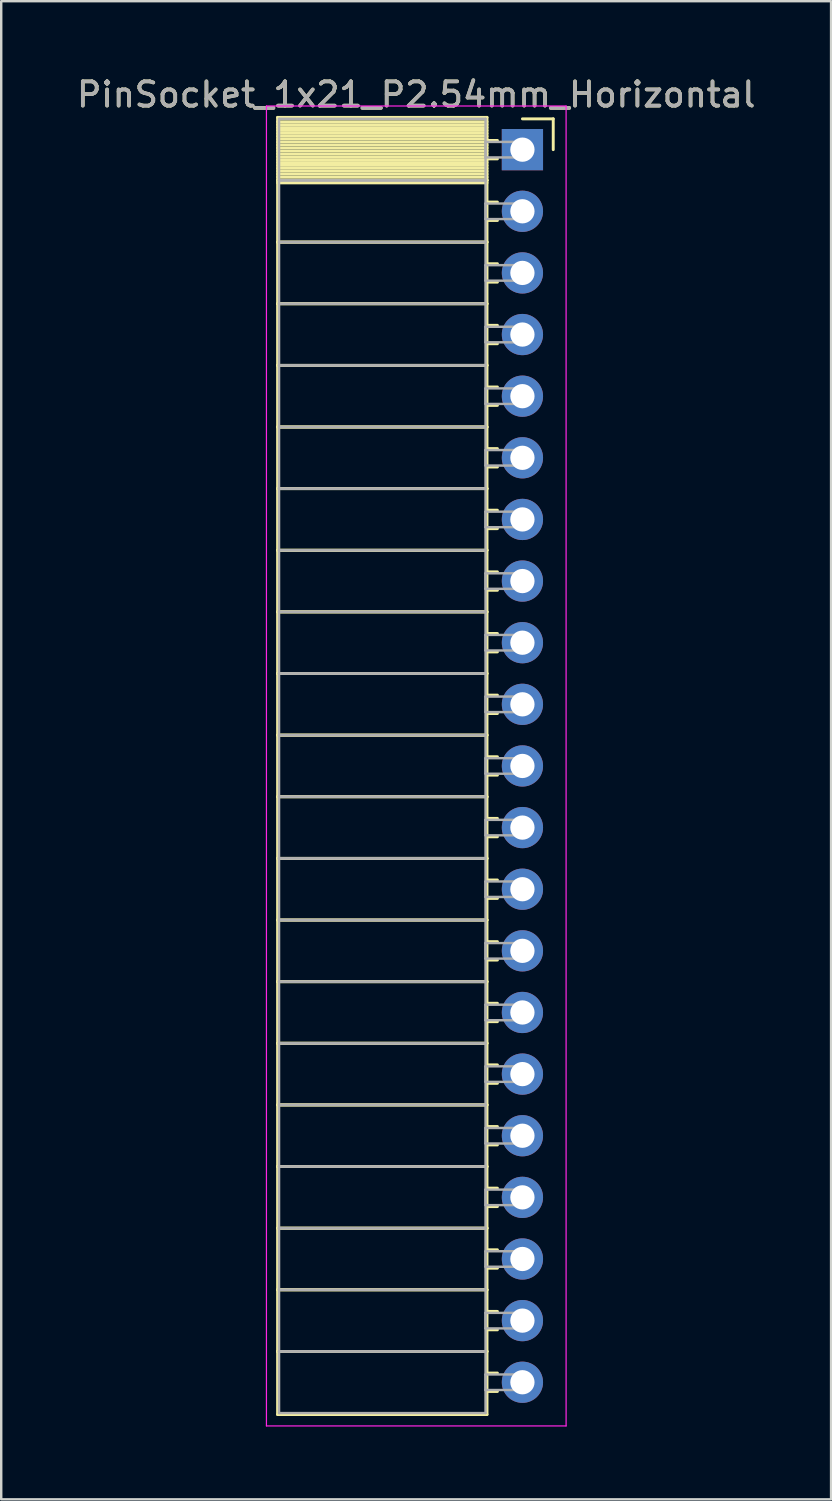
<source format=kicad_pcb>
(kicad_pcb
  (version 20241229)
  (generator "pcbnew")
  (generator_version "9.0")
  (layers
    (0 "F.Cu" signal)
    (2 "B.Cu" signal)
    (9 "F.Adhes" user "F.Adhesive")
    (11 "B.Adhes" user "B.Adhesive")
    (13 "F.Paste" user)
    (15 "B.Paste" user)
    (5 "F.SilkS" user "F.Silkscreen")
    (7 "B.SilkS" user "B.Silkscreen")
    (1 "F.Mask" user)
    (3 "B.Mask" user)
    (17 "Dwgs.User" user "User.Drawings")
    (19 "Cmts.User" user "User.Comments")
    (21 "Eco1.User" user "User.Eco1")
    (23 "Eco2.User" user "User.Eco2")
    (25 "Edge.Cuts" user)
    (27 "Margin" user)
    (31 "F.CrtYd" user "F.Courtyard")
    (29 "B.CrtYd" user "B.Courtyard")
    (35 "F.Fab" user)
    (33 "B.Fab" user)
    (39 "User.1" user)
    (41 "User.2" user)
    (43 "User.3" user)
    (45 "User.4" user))
  (footprint "PinSocket_1x21_P2.54mm_Horizontal"
    (layer "F.Cu")
    (at 18.481 3.118)
    (property "Reference" "PinSocket_1x21_P2.54mm_Horizontal" (at -4.38 -2.27 0) (layer "F.SilkS") (effects (font (size 1 1) (thickness 0.15))))
    (attr through_hole)
    (fp_line (start -10.09 -1.33) (end -1.46 -1.33) (stroke (width 0.12) (type solid)) (layer "F.SilkS"))
    (fp_line (start -10.09 1.27) (end -10.09 -1.33) (stroke (width 0.12) (type solid)) (layer "F.SilkS"))
    (fp_line (start -10.09 1.27) (end -1.46 1.27) (stroke (width 0.12) (type solid)) (layer "F.SilkS"))
    (fp_line (start -10.09 3.81) (end -10.09 1.27) (stroke (width 0.12) (type solid)) (layer "F.SilkS"))
    (fp_line (start -10.09 3.81) (end -1.46 3.81) (stroke (width 0.12) (type solid)) (layer "F.SilkS"))
    (fp_line (start -10.09 6.35) (end -10.09 3.81) (stroke (width 0.12) (type solid)) (layer "F.SilkS"))
    (fp_line (start -10.09 6.35) (end -1.46 6.35) (stroke (width 0.12) (type solid)) (layer "F.SilkS"))
    (fp_line (start -10.09 8.89) (end -10.09 6.35) (stroke (width 0.12) (type solid)) (layer "F.SilkS"))
    (fp_line (start -10.09 8.89) (end -1.46 8.89) (stroke (width 0.12) (type solid)) (layer "F.SilkS"))
    (fp_line (start -10.09 11.43) (end -10.09 8.89) (stroke (width 0.12) (type solid)) (layer "F.SilkS"))
    (fp_line (start -10.09 11.43) (end -1.46 11.43) (stroke (width 0.12) (type solid)) (layer "F.SilkS"))
    (fp_line (start -10.09 13.97) (end -10.09 11.43) (stroke (width 0.12) (type solid)) (layer "F.SilkS"))
    (fp_line (start -10.09 13.97) (end -1.46 13.97) (stroke (width 0.12) (type solid)) (layer "F.SilkS"))
    (fp_line (start -10.09 16.51) (end -10.09 13.97) (stroke (width 0.12) (type solid)) (layer "F.SilkS"))
    (fp_line (start -10.09 16.51) (end -1.46 16.51) (stroke (width 0.12) (type solid)) (layer "F.SilkS"))
    (fp_line (start -10.09 19.05) (end -10.09 16.51) (stroke (width 0.12) (type solid)) (layer "F.SilkS"))
    (fp_line (start -10.09 19.05) (end -1.46 19.05) (stroke (width 0.12) (type solid)) (layer "F.SilkS"))
    (fp_line (start -10.09 21.59) (end -10.09 19.05) (stroke (width 0.12) (type solid)) (layer "F.SilkS"))
    (fp_line (start -10.09 21.59) (end -1.46 21.59) (stroke (width 0.12) (type solid)) (layer "F.SilkS"))
    (fp_line (start -10.09 24.13) (end -10.09 21.59) (stroke (width 0.12) (type solid)) (layer "F.SilkS"))
    (fp_line (start -10.09 24.13) (end -1.46 24.13) (stroke (width 0.12) (type solid)) (layer "F.SilkS"))
    (fp_line (start -10.09 26.67) (end -10.09 24.13) (stroke (width 0.12) (type solid)) (layer "F.SilkS"))
    (fp_line (start -10.09 26.67) (end -1.46 26.67) (stroke (width 0.12) (type solid)) (layer "F.SilkS"))
    (fp_line (start -10.09 29.21) (end -10.09 26.67) (stroke (width 0.12) (type solid)) (layer "F.SilkS"))
    (fp_line (start -10.09 29.21) (end -1.46 29.21) (stroke (width 0.12) (type solid)) (layer "F.SilkS"))
    (fp_line (start -10.09 31.75) (end -10.09 29.21) (stroke (width 0.12) (type solid)) (layer "F.SilkS"))
    (fp_line (start -10.09 31.75) (end -1.46 31.75) (stroke (width 0.12) (type solid)) (layer "F.SilkS"))
    (fp_line (start -10.09 34.29) (end -10.09 31.75) (stroke (width 0.12) (type solid)) (layer "F.SilkS"))
    (fp_line (start -10.09 34.29) (end -1.46 34.29) (stroke (width 0.12) (type solid)) (layer "F.SilkS"))
    (fp_line (start -10.09 36.83) (end -10.09 34.29) (stroke (width 0.12) (type solid)) (layer "F.SilkS"))
    (fp_line (start -10.09 36.83) (end -1.46 36.83) (stroke (width 0.12) (type solid)) (layer "F.SilkS"))
    (fp_line (start -10.09 39.37) (end -10.09 36.83) (stroke (width 0.12) (type solid)) (layer "F.SilkS"))
    (fp_line (start -10.09 39.37) (end -1.46 39.37) (stroke (width 0.12) (type solid)) (layer "F.SilkS"))
    (fp_line (start -10.09 41.91) (end -10.09 39.37) (stroke (width 0.12) (type solid)) (layer "F.SilkS"))
    (fp_line (start -10.09 41.91) (end -1.46 41.91) (stroke (width 0.12) (type solid)) (layer "F.SilkS"))
    (fp_line (start -10.09 44.45) (end -10.09 41.91) (stroke (width 0.12) (type solid)) (layer "F.SilkS"))
    (fp_line (start -10.09 44.45) (end -1.46 44.45) (stroke (width 0.12) (type solid)) (layer "F.SilkS"))
    (fp_line (start -10.09 46.99) (end -10.09 44.45) (stroke (width 0.12) (type solid)) (layer "F.SilkS"))
    (fp_line (start -10.09 46.99) (end -1.46 46.99) (stroke (width 0.12) (type solid)) (layer "F.SilkS"))
    (fp_line (start -10.09 49.53) (end -10.09 46.99) (stroke (width 0.12) (type solid)) (layer "F.SilkS"))
    (fp_line (start -10.09 49.53) (end -1.46 49.53) (stroke (width 0.12) (type solid)) (layer "F.SilkS"))
    (fp_line (start -10.09 52.13) (end -10.09 49.53) (stroke (width 0.12) (type solid)) (layer "F.SilkS"))
    (fp_line (start -1.46 -1.33) (end -1.46 1.27) (stroke (width 0.12) (type solid)) (layer "F.SilkS"))
    (fp_line (start -1.46 -1.15) (end -10.09 -1.15) (stroke (width 0.12) (type solid)) (layer "F.SilkS"))
    (fp_line (start -1.46 -1.03) (end -10.09 -1.03) (stroke (width 0.12) (type solid)) (layer "F.SilkS"))
    (fp_line (start -1.46 -0.91) (end -10.09 -0.91) (stroke (width 0.12) (type solid)) (layer "F.SilkS"))
    (fp_line (start -1.46 -0.79) (end -10.09 -0.79) (stroke (width 0.12) (type solid)) (layer "F.SilkS"))
    (fp_line (start -1.46 -0.67) (end -10.09 -0.67) (stroke (width 0.12) (type solid)) (layer "F.SilkS"))
    (fp_line (start -1.46 -0.55) (end -10.09 -0.55) (stroke (width 0.12) (type solid)) (layer "F.SilkS"))
    (fp_line (start -1.46 -0.43) (end -10.09 -0.43) (stroke (width 0.12) (type solid)) (layer "F.SilkS"))
    (fp_line (start -1.46 -0.31) (end -10.09 -0.31) (stroke (width 0.12) (type solid)) (layer "F.SilkS"))
    (fp_line (start -1.46 -0.19) (end -10.09 -0.19) (stroke (width 0.12) (type solid)) (layer "F.SilkS"))
    (fp_line (start -1.46 -0.07) (end -10.09 -0.07) (stroke (width 0.12) (type solid)) (layer "F.SilkS"))
    (fp_line (start -1.46 0.05) (end -10.09 0.05) (stroke (width 0.12) (type solid)) (layer "F.SilkS"))
    (fp_line (start -1.46 0.17) (end -10.09 0.17) (stroke (width 0.12) (type solid)) (layer "F.SilkS"))
    (fp_line (start -1.46 0.29) (end -10.09 0.29) (stroke (width 0.12) (type solid)) (layer "F.SilkS"))
    (fp_line (start -1.46 0.41) (end -10.09 0.41) (stroke (width 0.12) (type solid)) (layer "F.SilkS"))
    (fp_line (start -1.46 0.53) (end -10.09 0.53) (stroke (width 0.12) (type solid)) (layer "F.SilkS"))
    (fp_line (start -1.46 0.65) (end -10.09 0.65) (stroke (width 0.12) (type solid)) (layer "F.SilkS"))
    (fp_line (start -1.46 0.77) (end -10.09 0.77) (stroke (width 0.12) (type solid)) (layer "F.SilkS"))
    (fp_line (start -1.46 0.89) (end -10.09 0.89) (stroke (width 0.12) (type solid)) (layer "F.SilkS"))
    (fp_line (start -1.46 1.01) (end -10.09 1.01) (stroke (width 0.12) (type solid)) (layer "F.SilkS"))
    (fp_line (start -1.46 1.13) (end -10.09 1.13) (stroke (width 0.12) (type solid)) (layer "F.SilkS"))
    (fp_line (start -1.46 1.25) (end -10.09 1.25) (stroke (width 0.12) (type solid)) (layer "F.SilkS"))
    (fp_line (start -1.46 1.27) (end -10.09 1.27) (stroke (width 0.12) (type solid)) (layer "F.SilkS"))
    (fp_line (start -1.46 1.27) (end -1.46 3.81) (stroke (width 0.12) (type solid)) (layer "F.SilkS"))
    (fp_line (start -1.46 1.37) (end -10.09 1.37) (stroke (width 0.12) (type solid)) (layer "F.SilkS"))
    (fp_line (start -1.46 3.81) (end -10.09 3.81) (stroke (width 0.12) (type solid)) (layer "F.SilkS"))
    (fp_line (start -1.46 3.81) (end -1.46 6.35) (stroke (width 0.12) (type solid)) (layer "F.SilkS"))
    (fp_line (start -1.46 6.35) (end -10.09 6.35) (stroke (width 0.12) (type solid)) (layer "F.SilkS"))
    (fp_line (start -1.46 6.35) (end -1.46 8.89) (stroke (width 0.12) (type solid)) (layer "F.SilkS"))
    (fp_line (start -1.46 8.89) (end -10.09 8.89) (stroke (width 0.12) (type solid)) (layer "F.SilkS"))
    (fp_line (start -1.46 8.89) (end -1.46 11.43) (stroke (width 0.12) (type solid)) (layer "F.SilkS"))
    (fp_line (start -1.46 11.43) (end -10.09 11.43) (stroke (width 0.12) (type solid)) (layer "F.SilkS"))
    (fp_line (start -1.46 11.43) (end -1.46 13.97) (stroke (width 0.12) (type solid)) (layer "F.SilkS"))
    (fp_line (start -1.46 13.97) (end -10.09 13.97) (stroke (width 0.12) (type solid)) (layer "F.SilkS"))
    (fp_line (start -1.46 13.97) (end -1.46 16.51) (stroke (width 0.12) (type solid)) (layer "F.SilkS"))
    (fp_line (start -1.46 16.51) (end -10.09 16.51) (stroke (width 0.12) (type solid)) (layer "F.SilkS"))
    (fp_line (start -1.46 16.51) (end -1.46 19.05) (stroke (width 0.12) (type solid)) (layer "F.SilkS"))
    (fp_line (start -1.46 19.05) (end -10.09 19.05) (stroke (width 0.12) (type solid)) (layer "F.SilkS"))
    (fp_line (start -1.46 19.05) (end -1.46 21.59) (stroke (width 0.12) (type solid)) (layer "F.SilkS"))
    (fp_line (start -1.46 21.59) (end -10.09 21.59) (stroke (width 0.12) (type solid)) (layer "F.SilkS"))
    (fp_line (start -1.46 21.59) (end -1.46 24.13) (stroke (width 0.12) (type solid)) (layer "F.SilkS"))
    (fp_line (start -1.46 24.13) (end -10.09 24.13) (stroke (width 0.12) (type solid)) (layer "F.SilkS"))
    (fp_line (start -1.46 24.13) (end -1.46 26.67) (stroke (width 0.12) (type solid)) (layer "F.SilkS"))
    (fp_line (start -1.46 26.67) (end -10.09 26.67) (stroke (width 0.12) (type solid)) (layer "F.SilkS"))
    (fp_line (start -1.46 26.67) (end -1.46 29.21) (stroke (width 0.12) (type solid)) (layer "F.SilkS"))
    (fp_line (start -1.46 29.21) (end -10.09 29.21) (stroke (width 0.12) (type solid)) (layer "F.SilkS"))
    (fp_line (start -1.46 29.21) (end -1.46 31.75) (stroke (width 0.12) (type solid)) (layer "F.SilkS"))
    (fp_line (start -1.46 31.75) (end -10.09 31.75) (stroke (width 0.12) (type solid)) (layer "F.SilkS"))
    (fp_line (start -1.46 31.75) (end -1.46 34.29) (stroke (width 0.12) (type solid)) (layer "F.SilkS"))
    (fp_line (start -1.46 34.29) (end -10.09 34.29) (stroke (width 0.12) (type solid)) (layer "F.SilkS"))
    (fp_line (start -1.46 34.29) (end -1.46 36.83) (stroke (width 0.12) (type solid)) (layer "F.SilkS"))
    (fp_line (start -1.46 36.83) (end -10.09 36.83) (stroke (width 0.12) (type solid)) (layer "F.SilkS"))
    (fp_line (start -1.46 36.83) (end -1.46 39.37) (stroke (width 0.12) (type solid)) (layer "F.SilkS"))
    (fp_line (start -1.46 39.37) (end -10.09 39.37) (stroke (width 0.12) (type solid)) (layer "F.SilkS"))
    (fp_line (start -1.46 39.37) (end -1.46 41.91) (stroke (width 0.12) (type solid)) (layer "F.SilkS"))
    (fp_line (start -1.46 41.91) (end -10.09 41.91) (stroke (width 0.12) (type solid)) (layer "F.SilkS"))
    (fp_line (start -1.46 41.91) (end -1.46 44.45) (stroke (width 0.12) (type solid)) (layer "F.SilkS"))
    (fp_line (start -1.46 44.45) (end -10.09 44.45) (stroke (width 0.12) (type solid)) (layer "F.SilkS"))
    (fp_line (start -1.46 44.45) (end -1.46 46.99) (stroke (width 0.12) (type solid)) (layer "F.SilkS"))
    (fp_line (start -1.46 46.99) (end -10.09 46.99) (stroke (width 0.12) (type solid)) (layer "F.SilkS"))
    (fp_line (start -1.46 46.99) (end -1.46 49.53) (stroke (width 0.12) (type solid)) (layer "F.SilkS"))
    (fp_line (start -1.46 49.53) (end -10.09 49.53) (stroke (width 0.12) (type solid)) (layer "F.SilkS"))
    (fp_line (start -1.46 49.53) (end -1.46 52.13) (stroke (width 0.12) (type solid)) (layer "F.SilkS"))
    (fp_line (start -1.46 52.13) (end -10.09 52.13) (stroke (width 0.12) (type solid)) (layer "F.SilkS"))
    (fp_line (start -1.03 -0.38) (end -1.46 -0.38) (stroke (width 0.12) (type solid)) (layer "F.SilkS"))
    (fp_line (start -1.03 0.38) (end -1.46 0.38) (stroke (width 0.12) (type solid)) (layer "F.SilkS"))
    (fp_line (start -1.03 2.16) (end -1.46 2.16) (stroke (width 0.12) (type solid)) (layer "F.SilkS"))
    (fp_line (start -1.03 2.92) (end -1.46 2.92) (stroke (width 0.12) (type solid)) (layer "F.SilkS"))
    (fp_line (start -1.03 4.7) (end -1.46 4.7) (stroke (width 0.12) (type solid)) (layer "F.SilkS"))
    (fp_line (start -1.03 5.46) (end -1.46 5.46) (stroke (width 0.12) (type solid)) (layer "F.SilkS"))
    (fp_line (start -1.03 7.24) (end -1.46 7.24) (stroke (width 0.12) (type solid)) (layer "F.SilkS"))
    (fp_line (start -1.03 8) (end -1.46 8) (stroke (width 0.12) (type solid)) (layer "F.SilkS"))
    (fp_line (start -1.03 9.78) (end -1.46 9.78) (stroke (width 0.12) (type solid)) (layer "F.SilkS"))
    (fp_line (start -1.03 10.54) (end -1.46 10.54) (stroke (width 0.12) (type solid)) (layer "F.SilkS"))
    (fp_line (start -1.03 12.32) (end -1.46 12.32) (stroke (width 0.12) (type solid)) (layer "F.SilkS"))
    (fp_line (start -1.03 13.08) (end -1.46 13.08) (stroke (width 0.12) (type solid)) (layer "F.SilkS"))
    (fp_line (start -1.03 14.86) (end -1.46 14.86) (stroke (width 0.12) (type solid)) (layer "F.SilkS"))
    (fp_line (start -1.03 15.62) (end -1.46 15.62) (stroke (width 0.12) (type solid)) (layer "F.SilkS"))
    (fp_line (start -1.03 17.4) (end -1.46 17.4) (stroke (width 0.12) (type solid)) (layer "F.SilkS"))
    (fp_line (start -1.03 18.16) (end -1.46 18.16) (stroke (width 0.12) (type solid)) (layer "F.SilkS"))
    (fp_line (start -1.03 19.94) (end -1.46 19.94) (stroke (width 0.12) (type solid)) (layer "F.SilkS"))
    (fp_line (start -1.03 20.7) (end -1.46 20.7) (stroke (width 0.12) (type solid)) (layer "F.SilkS"))
    (fp_line (start -1.03 22.48) (end -1.46 22.48) (stroke (width 0.12) (type solid)) (layer "F.SilkS"))
    (fp_line (start -1.03 23.24) (end -1.46 23.24) (stroke (width 0.12) (type solid)) (layer "F.SilkS"))
    (fp_line (start -1.03 25.02) (end -1.46 25.02) (stroke (width 0.12) (type solid)) (layer "F.SilkS"))
    (fp_line (start -1.03 25.78) (end -1.46 25.78) (stroke (width 0.12) (type solid)) (layer "F.SilkS"))
    (fp_line (start -1.03 27.56) (end -1.46 27.56) (stroke (width 0.12) (type solid)) (layer "F.SilkS"))
    (fp_line (start -1.03 28.32) (end -1.46 28.32) (stroke (width 0.12) (type solid)) (layer "F.SilkS"))
    (fp_line (start -1.03 30.1) (end -1.46 30.1) (stroke (width 0.12) (type solid)) (layer "F.SilkS"))
    (fp_line (start -1.03 30.86) (end -1.46 30.86) (stroke (width 0.12) (type solid)) (layer "F.SilkS"))
    (fp_line (start -1.03 32.64) (end -1.46 32.64) (stroke (width 0.12) (type solid)) (layer "F.SilkS"))
    (fp_line (start -1.03 33.4) (end -1.46 33.4) (stroke (width 0.12) (type solid)) (layer "F.SilkS"))
    (fp_line (start -1.03 35.18) (end -1.46 35.18) (stroke (width 0.12) (type solid)) (layer "F.SilkS"))
    (fp_line (start -1.03 35.94) (end -1.46 35.94) (stroke (width 0.12) (type solid)) (layer "F.SilkS"))
    (fp_line (start -1.03 37.72) (end -1.46 37.72) (stroke (width 0.12) (type solid)) (layer "F.SilkS"))
    (fp_line (start -1.03 38.48) (end -1.46 38.48) (stroke (width 0.12) (type solid)) (layer "F.SilkS"))
    (fp_line (start -1.03 40.26) (end -1.46 40.26) (stroke (width 0.12) (type solid)) (layer "F.SilkS"))
    (fp_line (start -1.03 41.02) (end -1.46 41.02) (stroke (width 0.12) (type solid)) (layer "F.SilkS"))
    (fp_line (start -1.03 42.8) (end -1.46 42.8) (stroke (width 0.12) (type solid)) (layer "F.SilkS"))
    (fp_line (start -1.03 43.56) (end -1.46 43.56) (stroke (width 0.12) (type solid)) (layer "F.SilkS"))
    (fp_line (start -1.03 45.34) (end -1.46 45.34) (stroke (width 0.12) (type solid)) (layer "F.SilkS"))
    (fp_line (start -1.03 46.1) (end -1.46 46.1) (stroke (width 0.12) (type solid)) (layer "F.SilkS"))
    (fp_line (start -1.03 47.88) (end -1.46 47.88) (stroke (width 0.12) (type solid)) (layer "F.SilkS"))
    (fp_line (start -1.03 48.64) (end -1.46 48.64) (stroke (width 0.12) (type solid)) (layer "F.SilkS"))
    (fp_line (start -1.03 50.42) (end -1.46 50.42) (stroke (width 0.12) (type solid)) (layer "F.SilkS"))
    (fp_line (start -1.03 51.18) (end -1.46 51.18) (stroke (width 0.12) (type solid)) (layer "F.SilkS"))
    (fp_line (start 0 -1.27) (end 1.27 -1.27) (stroke (width 0.12) (type solid)) (layer "F.SilkS"))
    (fp_line (start 1.27 -1.27) (end 1.27 0) (stroke (width 0.12) (type solid)) (layer "F.SilkS"))
    (fp_line (start -10.55 -1.8) (end 1.8 -1.8) (stroke (width 0.05) (type solid)) (layer "F.CrtYd"))
    (fp_line (start -10.55 52.6) (end -10.55 -1.8) (stroke (width 0.05) (type solid)) (layer "F.CrtYd"))
    (fp_line (start 1.8 -1.8) (end 1.8 52.6) (stroke (width 0.05) (type solid)) (layer "F.CrtYd"))
    (fp_line (start 1.8 52.6) (end -10.55 52.6) (stroke (width 0.05) (type solid)) (layer "F.CrtYd"))
    (fp_line (start -10.03 -1.27) (end -1.52 -1.27) (stroke (width 0.1) (type solid)) (layer "F.Fab"))
    (fp_line (start -10.03 1.27) (end -10.03 -1.27) (stroke (width 0.1) (type solid)) (layer "F.Fab"))
    (fp_line (start -10.03 1.27) (end -1.52 1.27) (stroke (width 0.1) (type solid)) (layer "F.Fab"))
    (fp_line (start -10.03 3.81) (end -10.03 1.27) (stroke (width 0.1) (type solid)) (layer "F.Fab"))
    (fp_line (start -10.03 3.81) (end -1.52 3.81) (stroke (width 0.1) (type solid)) (layer "F.Fab"))
    (fp_line (start -10.03 6.35) (end -10.03 3.81) (stroke (width 0.1) (type solid)) (layer "F.Fab"))
    (fp_line (start -10.03 6.35) (end -1.52 6.35) (stroke (width 0.1) (type solid)) (layer "F.Fab"))
    (fp_line (start -10.03 8.89) (end -10.03 6.35) (stroke (width 0.1) (type solid)) (layer "F.Fab"))
    (fp_line (start -10.03 8.89) (end -1.52 8.89) (stroke (width 0.1) (type solid)) (layer "F.Fab"))
    (fp_line (start -10.03 11.43) (end -10.03 8.89) (stroke (width 0.1) (type solid)) (layer "F.Fab"))
    (fp_line (start -10.03 11.43) (end -1.52 11.43) (stroke (width 0.1) (type solid)) (layer "F.Fab"))
    (fp_line (start -10.03 13.97) (end -10.03 11.43) (stroke (width 0.1) (type solid)) (layer "F.Fab"))
    (fp_line (start -10.03 13.97) (end -1.52 13.97) (stroke (width 0.1) (type solid)) (layer "F.Fab"))
    (fp_line (start -10.03 16.51) (end -10.03 13.97) (stroke (width 0.1) (type solid)) (layer "F.Fab"))
    (fp_line (start -10.03 16.51) (end -1.52 16.51) (stroke (width 0.1) (type solid)) (layer "F.Fab"))
    (fp_line (start -10.03 19.05) (end -10.03 16.51) (stroke (width 0.1) (type solid)) (layer "F.Fab"))
    (fp_line (start -10.03 19.05) (end -1.52 19.05) (stroke (width 0.1) (type solid)) (layer "F.Fab"))
    (fp_line (start -10.03 21.59) (end -10.03 19.05) (stroke (width 0.1) (type solid)) (layer "F.Fab"))
    (fp_line (start -10.03 21.59) (end -1.52 21.59) (stroke (width 0.1) (type solid)) (layer "F.Fab"))
    (fp_line (start -10.03 24.13) (end -10.03 21.59) (stroke (width 0.1) (type solid)) (layer "F.Fab"))
    (fp_line (start -10.03 24.13) (end -1.52 24.13) (stroke (width 0.1) (type solid)) (layer "F.Fab"))
    (fp_line (start -10.03 26.67) (end -10.03 24.13) (stroke (width 0.1) (type solid)) (layer "F.Fab"))
    (fp_line (start -10.03 26.67) (end -1.52 26.67) (stroke (width 0.1) (type solid)) (layer "F.Fab"))
    (fp_line (start -10.03 29.21) (end -10.03 26.67) (stroke (width 0.1) (type solid)) (layer "F.Fab"))
    (fp_line (start -10.03 29.21) (end -1.52 29.21) (stroke (width 0.1) (type solid)) (layer "F.Fab"))
    (fp_line (start -10.03 31.75) (end -10.03 29.21) (stroke (width 0.1) (type solid)) (layer "F.Fab"))
    (fp_line (start -10.03 31.75) (end -1.52 31.75) (stroke (width 0.1) (type solid)) (layer "F.Fab"))
    (fp_line (start -10.03 34.29) (end -10.03 31.75) (stroke (width 0.1) (type solid)) (layer "F.Fab"))
    (fp_line (start -10.03 34.29) (end -1.52 34.29) (stroke (width 0.1) (type solid)) (layer "F.Fab"))
    (fp_line (start -10.03 36.83) (end -10.03 34.29) (stroke (width 0.1) (type solid)) (layer "F.Fab"))
    (fp_line (start -10.03 36.83) (end -1.52 36.83) (stroke (width 0.1) (type solid)) (layer "F.Fab"))
    (fp_line (start -10.03 39.37) (end -10.03 36.83) (stroke (width 0.1) (type solid)) (layer "F.Fab"))
    (fp_line (start -10.03 39.37) (end -1.52 39.37) (stroke (width 0.1) (type solid)) (layer "F.Fab"))
    (fp_line (start -10.03 41.91) (end -10.03 39.37) (stroke (width 0.1) (type solid)) (layer "F.Fab"))
    (fp_line (start -10.03 41.91) (end -1.52 41.91) (stroke (width 0.1) (type solid)) (layer "F.Fab"))
    (fp_line (start -10.03 44.45) (end -10.03 41.91) (stroke (width 0.1) (type solid)) (layer "F.Fab"))
    (fp_line (start -10.03 44.45) (end -1.52 44.45) (stroke (width 0.1) (type solid)) (layer "F.Fab"))
    (fp_line (start -10.03 46.99) (end -10.03 44.45) (stroke (width 0.1) (type solid)) (layer "F.Fab"))
    (fp_line (start -10.03 46.99) (end -1.52 46.99) (stroke (width 0.1) (type solid)) (layer "F.Fab"))
    (fp_line (start -10.03 49.53) (end -10.03 46.99) (stroke (width 0.1) (type solid)) (layer "F.Fab"))
    (fp_line (start -10.03 49.53) (end -1.52 49.53) (stroke (width 0.1) (type solid)) (layer "F.Fab"))
    (fp_line (start -10.03 52.07) (end -10.03 49.53) (stroke (width 0.1) (type solid)) (layer "F.Fab"))
    (fp_line (start -1.52 -1.27) (end -1.52 1.27) (stroke (width 0.1) (type solid)) (layer "F.Fab"))
    (fp_line (start -1.52 -0.32) (end 0 -0.32) (stroke (width 0.1) (type solid)) (layer "F.Fab"))
    (fp_line (start -1.52 0.32) (end -1.52 -0.32) (stroke (width 0.1) (type solid)) (layer "F.Fab"))
    (fp_line (start -1.52 1.27) (end -10.03 1.27) (stroke (width 0.1) (type solid)) (layer "F.Fab"))
    (fp_line (start -1.52 1.27) (end -1.52 3.81) (stroke (width 0.1) (type solid)) (layer "F.Fab"))
    (fp_line (start -1.52 2.22) (end 0 2.22) (stroke (width 0.1) (type solid)) (layer "F.Fab"))
    (fp_line (start -1.52 2.86) (end -1.52 2.22) (stroke (width 0.1) (type solid)) (layer "F.Fab"))
    (fp_line (start -1.52 3.81) (end -10.03 3.81) (stroke (width 0.1) (type solid)) (layer "F.Fab"))
    (fp_line (start -1.52 3.81) (end -1.52 6.35) (stroke (width 0.1) (type solid)) (layer "F.Fab"))
    (fp_line (start -1.52 4.76) (end 0 4.76) (stroke (width 0.1) (type solid)) (layer "F.Fab"))
    (fp_line (start -1.52 5.4) (end -1.52 4.76) (stroke (width 0.1) (type solid)) (layer "F.Fab"))
    (fp_line (start -1.52 6.35) (end -10.03 6.35) (stroke (width 0.1) (type solid)) (layer "F.Fab"))
    (fp_line (start -1.52 6.35) (end -1.52 8.89) (stroke (width 0.1) (type solid)) (layer "F.Fab"))
    (fp_line (start -1.52 7.3) (end 0 7.3) (stroke (width 0.1) (type solid)) (layer "F.Fab"))
    (fp_line (start -1.52 7.94) (end -1.52 7.3) (stroke (width 0.1) (type solid)) (layer "F.Fab"))
    (fp_line (start -1.52 8.89) (end -10.03 8.89) (stroke (width 0.1) (type solid)) (layer "F.Fab"))
    (fp_line (start -1.52 8.89) (end -1.52 11.43) (stroke (width 0.1) (type solid)) (layer "F.Fab"))
    (fp_line (start -1.52 9.84) (end 0 9.84) (stroke (width 0.1) (type solid)) (layer "F.Fab"))
    (fp_line (start -1.52 10.48) (end -1.52 9.84) (stroke (width 0.1) (type solid)) (layer "F.Fab"))
    (fp_line (start -1.52 11.43) (end -10.03 11.43) (stroke (width 0.1) (type solid)) (layer "F.Fab"))
    (fp_line (start -1.52 11.43) (end -1.52 13.97) (stroke (width 0.1) (type solid)) (layer "F.Fab"))
    (fp_line (start -1.52 12.38) (end 0 12.38) (stroke (width 0.1) (type solid)) (layer "F.Fab"))
    (fp_line (start -1.52 13.02) (end -1.52 12.38) (stroke (width 0.1) (type solid)) (layer "F.Fab"))
    (fp_line (start -1.52 13.97) (end -10.03 13.97) (stroke (width 0.1) (type solid)) (layer "F.Fab"))
    (fp_line (start -1.52 13.97) (end -1.52 16.51) (stroke (width 0.1) (type solid)) (layer "F.Fab"))
    (fp_line (start -1.52 14.92) (end 0 14.92) (stroke (width 0.1) (type solid)) (layer "F.Fab"))
    (fp_line (start -1.52 15.56) (end -1.52 14.92) (stroke (width 0.1) (type solid)) (layer "F.Fab"))
    (fp_line (start -1.52 16.51) (end -10.03 16.51) (stroke (width 0.1) (type solid)) (layer "F.Fab"))
    (fp_line (start -1.52 16.51) (end -1.52 19.05) (stroke (width 0.1) (type solid)) (layer "F.Fab"))
    (fp_line (start -1.52 17.46) (end 0 17.46) (stroke (width 0.1) (type solid)) (layer "F.Fab"))
    (fp_line (start -1.52 18.1) (end -1.52 17.46) (stroke (width 0.1) (type solid)) (layer "F.Fab"))
    (fp_line (start -1.52 19.05) (end -10.03 19.05) (stroke (width 0.1) (type solid)) (layer "F.Fab"))
    (fp_line (start -1.52 19.05) (end -1.52 21.59) (stroke (width 0.1) (type solid)) (layer "F.Fab"))
    (fp_line (start -1.52 20) (end 0 20) (stroke (width 0.1) (type solid)) (layer "F.Fab"))
    (fp_line (start -1.52 20.64) (end -1.52 20) (stroke (width 0.1) (type solid)) (layer "F.Fab"))
    (fp_line (start -1.52 21.59) (end -10.03 21.59) (stroke (width 0.1) (type solid)) (layer "F.Fab"))
    (fp_line (start -1.52 21.59) (end -1.52 24.13) (stroke (width 0.1) (type solid)) (layer "F.Fab"))
    (fp_line (start -1.52 22.54) (end 0 22.54) (stroke (width 0.1) (type solid)) (layer "F.Fab"))
    (fp_line (start -1.52 23.18) (end -1.52 22.54) (stroke (width 0.1) (type solid)) (layer "F.Fab"))
    (fp_line (start -1.52 24.13) (end -10.03 24.13) (stroke (width 0.1) (type solid)) (layer "F.Fab"))
    (fp_line (start -1.52 24.13) (end -1.52 26.67) (stroke (width 0.1) (type solid)) (layer "F.Fab"))
    (fp_line (start -1.52 25.08) (end 0 25.08) (stroke (width 0.1) (type solid)) (layer "F.Fab"))
    (fp_line (start -1.52 25.72) (end -1.52 25.08) (stroke (width 0.1) (type solid)) (layer "F.Fab"))
    (fp_line (start -1.52 26.67) (end -10.03 26.67) (stroke (width 0.1) (type solid)) (layer "F.Fab"))
    (fp_line (start -1.52 26.67) (end -1.52 29.21) (stroke (width 0.1) (type solid)) (layer "F.Fab"))
    (fp_line (start -1.52 27.62) (end 0 27.62) (stroke (width 0.1) (type solid)) (layer "F.Fab"))
    (fp_line (start -1.52 28.26) (end -1.52 27.62) (stroke (width 0.1) (type solid)) (layer "F.Fab"))
    (fp_line (start -1.52 29.21) (end -10.03 29.21) (stroke (width 0.1) (type solid)) (layer "F.Fab"))
    (fp_line (start -1.52 29.21) (end -1.52 31.75) (stroke (width 0.1) (type solid)) (layer "F.Fab"))
    (fp_line (start -1.52 30.16) (end 0 30.16) (stroke (width 0.1) (type solid)) (layer "F.Fab"))
    (fp_line (start -1.52 30.8) (end -1.52 30.16) (stroke (width 0.1) (type solid)) (layer "F.Fab"))
    (fp_line (start -1.52 31.75) (end -10.03 31.75) (stroke (width 0.1) (type solid)) (layer "F.Fab"))
    (fp_line (start -1.52 31.75) (end -1.52 34.29) (stroke (width 0.1) (type solid)) (layer "F.Fab"))
    (fp_line (start -1.52 32.7) (end 0 32.7) (stroke (width 0.1) (type solid)) (layer "F.Fab"))
    (fp_line (start -1.52 33.34) (end -1.52 32.7) (stroke (width 0.1) (type solid)) (layer "F.Fab"))
    (fp_line (start -1.52 34.29) (end -10.03 34.29) (stroke (width 0.1) (type solid)) (layer "F.Fab"))
    (fp_line (start -1.52 34.29) (end -1.52 36.83) (stroke (width 0.1) (type solid)) (layer "F.Fab"))
    (fp_line (start -1.52 35.24) (end 0 35.24) (stroke (width 0.1) (type solid)) (layer "F.Fab"))
    (fp_line (start -1.52 35.88) (end -1.52 35.24) (stroke (width 0.1) (type solid)) (layer "F.Fab"))
    (fp_line (start -1.52 36.83) (end -10.03 36.83) (stroke (width 0.1) (type solid)) (layer "F.Fab"))
    (fp_line (start -1.52 36.83) (end -1.52 39.37) (stroke (width 0.1) (type solid)) (layer "F.Fab"))
    (fp_line (start -1.52 37.78) (end 0 37.78) (stroke (width 0.1) (type solid)) (layer "F.Fab"))
    (fp_line (start -1.52 38.42) (end -1.52 37.78) (stroke (width 0.1) (type solid)) (layer "F.Fab"))
    (fp_line (start -1.52 39.37) (end -10.03 39.37) (stroke (width 0.1) (type solid)) (layer "F.Fab"))
    (fp_line (start -1.52 39.37) (end -1.52 41.91) (stroke (width 0.1) (type solid)) (layer "F.Fab"))
    (fp_line (start -1.52 40.32) (end 0 40.32) (stroke (width 0.1) (type solid)) (layer "F.Fab"))
    (fp_line (start -1.52 40.96) (end -1.52 40.32) (stroke (width 0.1) (type solid)) (layer "F.Fab"))
    (fp_line (start -1.52 41.91) (end -10.03 41.91) (stroke (width 0.1) (type solid)) (layer "F.Fab"))
    (fp_line (start -1.52 41.91) (end -1.52 44.45) (stroke (width 0.1) (type solid)) (layer "F.Fab"))
    (fp_line (start -1.52 42.86) (end 0 42.86) (stroke (width 0.1) (type solid)) (layer "F.Fab"))
    (fp_line (start -1.52 43.5) (end -1.52 42.86) (stroke (width 0.1) (type solid)) (layer "F.Fab"))
    (fp_line (start -1.52 44.45) (end -10.03 44.45) (stroke (width 0.1) (type solid)) (layer "F.Fab"))
    (fp_line (start -1.52 44.45) (end -1.52 46.99) (stroke (width 0.1) (type solid)) (layer "F.Fab"))
    (fp_line (start -1.52 45.4) (end 0 45.4) (stroke (width 0.1) (type solid)) (layer "F.Fab"))
    (fp_line (start -1.52 46.04) (end -1.52 45.4) (stroke (width 0.1) (type solid)) (layer "F.Fab"))
    (fp_line (start -1.52 46.99) (end -10.03 46.99) (stroke (width 0.1) (type solid)) (layer "F.Fab"))
    (fp_line (start -1.52 46.99) (end -1.52 49.53) (stroke (width 0.1) (type solid)) (layer "F.Fab"))
    (fp_line (start -1.52 47.94) (end 0 47.94) (stroke (width 0.1) (type solid)) (layer "F.Fab"))
    (fp_line (start -1.52 48.58) (end -1.52 47.94) (stroke (width 0.1) (type solid)) (layer "F.Fab"))
    (fp_line (start -1.52 49.53) (end -10.03 49.53) (stroke (width 0.1) (type solid)) (layer "F.Fab"))
    (fp_line (start -1.52 49.53) (end -1.52 52.07) (stroke (width 0.1) (type solid)) (layer "F.Fab"))
    (fp_line (start -1.52 50.48) (end 0 50.48) (stroke (width 0.1) (type solid)) (layer "F.Fab"))
    (fp_line (start -1.52 51.12) (end -1.52 50.48) (stroke (width 0.1) (type solid)) (layer "F.Fab"))
    (fp_line (start -1.52 52.07) (end -10.03 52.07) (stroke (width 0.1) (type solid)) (layer "F.Fab"))
    (fp_line (start 0 -0.32) (end 0 0.32) (stroke (width 0.1) (type solid)) (layer "F.Fab"))
    (fp_line (start 0 0.32) (end -1.52 0.32) (stroke (width 0.1) (type solid)) (layer "F.Fab"))
    (fp_line (start 0 2.22) (end 0 2.86) (stroke (width 0.1) (type solid)) (layer "F.Fab"))
    (fp_line (start 0 2.86) (end -1.52 2.86) (stroke (width 0.1) (type solid)) (layer "F.Fab"))
    (fp_line (start 0 4.76) (end 0 5.4) (stroke (width 0.1) (type solid)) (layer "F.Fab"))
    (fp_line (start 0 5.4) (end -1.52 5.4) (stroke (width 0.1) (type solid)) (layer "F.Fab"))
    (fp_line (start 0 7.3) (end 0 7.94) (stroke (width 0.1) (type solid)) (layer "F.Fab"))
    (fp_line (start 0 7.94) (end -1.52 7.94) (stroke (width 0.1) (type solid)) (layer "F.Fab"))
    (fp_line (start 0 9.84) (end 0 10.48) (stroke (width 0.1) (type solid)) (layer "F.Fab"))
    (fp_line (start 0 10.48) (end -1.52 10.48) (stroke (width 0.1) (type solid)) (layer "F.Fab"))
    (fp_line (start 0 12.38) (end 0 13.02) (stroke (width 0.1) (type solid)) (layer "F.Fab"))
    (fp_line (start 0 13.02) (end -1.52 13.02) (stroke (width 0.1) (type solid)) (layer "F.Fab"))
    (fp_line (start 0 14.92) (end 0 15.56) (stroke (width 0.1) (type solid)) (layer "F.Fab"))
    (fp_line (start 0 15.56) (end -1.52 15.56) (stroke (width 0.1) (type solid)) (layer "F.Fab"))
    (fp_line (start 0 17.46) (end 0 18.1) (stroke (width 0.1) (type solid)) (layer "F.Fab"))
    (fp_line (start 0 18.1) (end -1.52 18.1) (stroke (width 0.1) (type solid)) (layer "F.Fab"))
    (fp_line (start 0 20) (end 0 20.64) (stroke (width 0.1) (type solid)) (layer "F.Fab"))
    (fp_line (start 0 20.64) (end -1.52 20.64) (stroke (width 0.1) (type solid)) (layer "F.Fab"))
    (fp_line (start 0 22.54) (end 0 23.18) (stroke (width 0.1) (type solid)) (layer "F.Fab"))
    (fp_line (start 0 23.18) (end -1.52 23.18) (stroke (width 0.1) (type solid)) (layer "F.Fab"))
    (fp_line (start 0 25.08) (end 0 25.72) (stroke (width 0.1) (type solid)) (layer "F.Fab"))
    (fp_line (start 0 25.72) (end -1.52 25.72) (stroke (width 0.1) (type solid)) (layer "F.Fab"))
    (fp_line (start 0 27.62) (end 0 28.26) (stroke (width 0.1) (type solid)) (layer "F.Fab"))
    (fp_line (start 0 28.26) (end -1.52 28.26) (stroke (width 0.1) (type solid)) (layer "F.Fab"))
    (fp_line (start 0 30.16) (end 0 30.8) (stroke (width 0.1) (type solid)) (layer "F.Fab"))
    (fp_line (start 0 30.8) (end -1.52 30.8) (stroke (width 0.1) (type solid)) (layer "F.Fab"))
    (fp_line (start 0 32.7) (end 0 33.34) (stroke (width 0.1) (type solid)) (layer "F.Fab"))
    (fp_line (start 0 33.34) (end -1.52 33.34) (stroke (width 0.1) (type solid)) (layer "F.Fab"))
    (fp_line (start 0 35.24) (end 0 35.88) (stroke (width 0.1) (type solid)) (layer "F.Fab"))
    (fp_line (start 0 35.88) (end -1.52 35.88) (stroke (width 0.1) (type solid)) (layer "F.Fab"))
    (fp_line (start 0 37.78) (end 0 38.42) (stroke (width 0.1) (type solid)) (layer "F.Fab"))
    (fp_line (start 0 38.42) (end -1.52 38.42) (stroke (width 0.1) (type solid)) (layer "F.Fab"))
    (fp_line (start 0 40.32) (end 0 40.96) (stroke (width 0.1) (type solid)) (layer "F.Fab"))
    (fp_line (start 0 40.96) (end -1.52 40.96) (stroke (width 0.1) (type solid)) (layer "F.Fab"))
    (fp_line (start 0 42.86) (end 0 43.5) (stroke (width 0.1) (type solid)) (layer "F.Fab"))
    (fp_line (start 0 43.5) (end -1.52 43.5) (stroke (width 0.1) (type solid)) (layer "F.Fab"))
    (fp_line (start 0 45.4) (end 0 46.04) (stroke (width 0.1) (type solid)) (layer "F.Fab"))
    (fp_line (start 0 46.04) (end -1.52 46.04) (stroke (width 0.1) (type solid)) (layer "F.Fab"))
    (fp_line (start 0 47.94) (end 0 48.58) (stroke (width 0.1) (type solid)) (layer "F.Fab"))
    (fp_line (start 0 48.58) (end -1.52 48.58) (stroke (width 0.1) (type solid)) (layer "F.Fab"))
    (fp_line (start 0 50.48) (end 0 51.12) (stroke (width 0.1) (type solid)) (layer "F.Fab"))
    (fp_line (start 0 51.12) (end -1.52 51.12) (stroke (width 0.1) (type solid)) (layer "F.Fab"))
    (fp_text user "${REFERENCE}" (at -4.38 -2.27 0) (layer "F.Fab") (effects (font (size 1 1) (thickness 0.15))))
    (pad "1" thru_hole rect (at 0 0) (size 1.7 1.7) (drill 1) (layers "*.Cu" "*.Mask"))
    (pad "2" thru_hole oval (at 0 2.54) (size 1.7 1.7) (drill 1) (layers "*.Cu" "*.Mask"))
    (pad "3" thru_hole oval (at 0 5.08) (size 1.7 1.7) (drill 1) (layers "*.Cu" "*.Mask"))
    (pad "4" thru_hole oval (at 0 7.62) (size 1.7 1.7) (drill 1) (layers "*.Cu" "*.Mask"))
    (pad "5" thru_hole oval (at 0 10.16) (size 1.7 1.7) (drill 1) (layers "*.Cu" "*.Mask"))
    (pad "6" thru_hole oval (at 0 12.7) (size 1.7 1.7) (drill 1) (layers "*.Cu" "*.Mask"))
    (pad "7" thru_hole oval (at 0 15.24) (size 1.7 1.7) (drill 1) (layers "*.Cu" "*.Mask"))
    (pad "8" thru_hole oval (at 0 17.78) (size 1.7 1.7) (drill 1) (layers "*.Cu" "*.Mask"))
    (pad "9" thru_hole oval (at 0 20.32) (size 1.7 1.7) (drill 1) (layers "*.Cu" "*.Mask"))
    (pad "10" thru_hole oval (at 0 22.86) (size 1.7 1.7) (drill 1) (layers "*.Cu" "*.Mask"))
    (pad "11" thru_hole oval (at 0 25.4) (size 1.7 1.7) (drill 1) (layers "*.Cu" "*.Mask"))
    (pad "12" thru_hole oval (at 0 27.94) (size 1.7 1.7) (drill 1) (layers "*.Cu" "*.Mask"))
    (pad "13" thru_hole oval (at 0 30.48) (size 1.7 1.7) (drill 1) (layers "*.Cu" "*.Mask"))
    (pad "14" thru_hole oval (at 0 33.02) (size 1.7 1.7) (drill 1) (layers "*.Cu" "*.Mask"))
    (pad "15" thru_hole oval (at 0 35.56) (size 1.7 1.7) (drill 1) (layers "*.Cu" "*.Mask"))
    (pad "16" thru_hole oval (at 0 38.1) (size 1.7 1.7) (drill 1) (layers "*.Cu" "*.Mask"))
    (pad "17" thru_hole oval (at 0 40.64) (size 1.7 1.7) (drill 1) (layers "*.Cu" "*.Mask"))
    (pad "18" thru_hole oval (at 0 43.18) (size 1.7 1.7) (drill 1) (layers "*.Cu" "*.Mask"))
    (pad "19" thru_hole oval (at 0 45.72) (size 1.7 1.7) (drill 1) (layers "*.Cu" "*.Mask"))
    (pad "20" thru_hole oval (at 0 48.26) (size 1.7 1.7) (drill 1) (layers "*.Cu" "*.Mask"))
    (pad "21" thru_hole oval (at 0 50.8) (size 1.7 1.7) (drill 1) (layers "*.Cu" "*.Mask")))
  (gr_rect
    (start -3 -3)
    (end 31.202 58.743)
    (stroke (width 0.1) (type default))
    (fill no)
    (layer "Edge.Cuts")))
</source>
